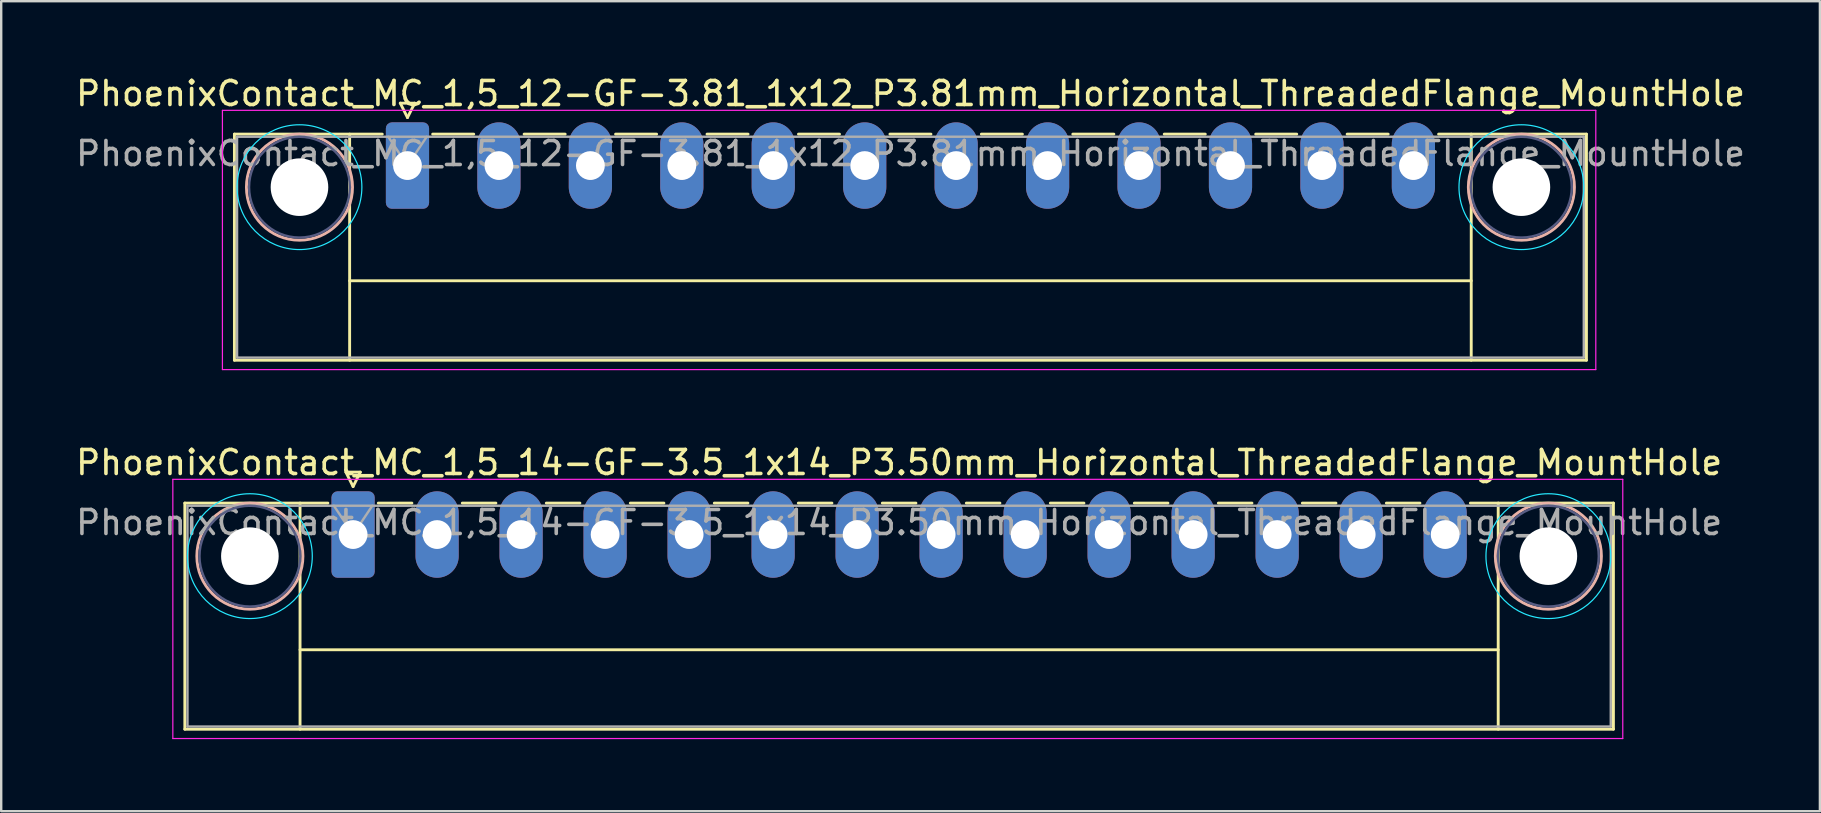
<source format=kicad_pcb>
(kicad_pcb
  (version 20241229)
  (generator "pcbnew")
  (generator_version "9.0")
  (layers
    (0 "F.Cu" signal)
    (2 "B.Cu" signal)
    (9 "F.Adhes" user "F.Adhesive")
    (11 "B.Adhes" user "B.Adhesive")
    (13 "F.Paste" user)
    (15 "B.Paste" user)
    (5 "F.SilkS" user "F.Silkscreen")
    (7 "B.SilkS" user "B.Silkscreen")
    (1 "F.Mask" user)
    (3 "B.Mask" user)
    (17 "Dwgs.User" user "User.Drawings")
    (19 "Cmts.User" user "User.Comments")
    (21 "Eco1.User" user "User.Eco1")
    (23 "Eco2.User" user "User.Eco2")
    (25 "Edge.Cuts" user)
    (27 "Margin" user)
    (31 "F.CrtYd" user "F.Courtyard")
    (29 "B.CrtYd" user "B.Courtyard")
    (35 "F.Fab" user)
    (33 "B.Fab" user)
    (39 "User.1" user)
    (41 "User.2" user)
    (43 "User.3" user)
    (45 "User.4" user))
  (footprint "PhoenixContact_MC_1,5_12-GF-3.81_1x12_P3.81mm_Horizontal_ThreadedFlange_MountHole"
    (layer "F.Cu")
    (at 13.927 3.848)
    (property "Reference" "PhoenixContact_MC_1,5_12-GF-3.81_1x12_P3.81mm_Horizontal_ThreadedFlange_MountHole" (at 20.96 -3 0) (layer "F.SilkS") (effects (font (size 1 1) (thickness 0.15))))
    (attr through_hole)
    (fp_line (start -7.21 -1.31) (end -7.21 8.11) (stroke (width 0.12) (type solid)) (layer "F.SilkS"))
    (fp_line (start -7.21 -1.31) (end -1.05 -1.31) (stroke (width 0.12) (type solid)) (layer "F.SilkS"))
    (fp_line (start -7.21 8.11) (end 49.12 8.11) (stroke (width 0.12) (type solid)) (layer "F.SilkS"))
    (fp_line (start -2.41 -1.31) (end -2.41 8.11) (stroke (width 0.12) (type solid)) (layer "F.SilkS"))
    (fp_line (start -2.41 4.8) (end 44.32 4.8) (stroke (width 0.12) (type solid)) (layer "F.SilkS"))
    (fp_line (start -0.3 -2.6) (end 0.3 -2.6) (stroke (width 0.12) (type solid)) (layer "F.SilkS"))
    (fp_line (start 0 -2) (end -0.3 -2.6) (stroke (width 0.12) (type solid)) (layer "F.SilkS"))
    (fp_line (start 0.3 -2.6) (end 0 -2) (stroke (width 0.12) (type solid)) (layer "F.SilkS"))
    (fp_line (start 1.05 -1.31) (end 2.76 -1.31) (stroke (width 0.12) (type solid)) (layer "F.SilkS"))
    (fp_line (start 4.86 -1.31) (end 6.57 -1.31) (stroke (width 0.12) (type solid)) (layer "F.SilkS"))
    (fp_line (start 8.67 -1.31) (end 10.38 -1.31) (stroke (width 0.12) (type solid)) (layer "F.SilkS"))
    (fp_line (start 12.48 -1.31) (end 14.19 -1.31) (stroke (width 0.12) (type solid)) (layer "F.SilkS"))
    (fp_line (start 16.29 -1.31) (end 18 -1.31) (stroke (width 0.12) (type solid)) (layer "F.SilkS"))
    (fp_line (start 20.1 -1.31) (end 21.81 -1.31) (stroke (width 0.12) (type solid)) (layer "F.SilkS"))
    (fp_line (start 23.91 -1.31) (end 25.62 -1.31) (stroke (width 0.12) (type solid)) (layer "F.SilkS"))
    (fp_line (start 27.72 -1.31) (end 29.43 -1.31) (stroke (width 0.12) (type solid)) (layer "F.SilkS"))
    (fp_line (start 31.53 -1.31) (end 33.24 -1.31) (stroke (width 0.12) (type solid)) (layer "F.SilkS"))
    (fp_line (start 35.34 -1.31) (end 37.05 -1.31) (stroke (width 0.12) (type solid)) (layer "F.SilkS"))
    (fp_line (start 39.15 -1.31) (end 40.86 -1.31) (stroke (width 0.12) (type solid)) (layer "F.SilkS"))
    (fp_line (start 44.32 -1.31) (end 44.32 8.11) (stroke (width 0.12) (type solid)) (layer "F.SilkS"))
    (fp_line (start 49.12 -1.31) (end 42.96 -1.31) (stroke (width 0.12) (type solid)) (layer "F.SilkS"))
    (fp_line (start 49.12 8.11) (end 49.12 -1.31) (stroke (width 0.12) (type solid)) (layer "F.SilkS"))
    (fp_circle (center -4.5 0.9) (end -2.29 0.9) (stroke (width 0.12) (type solid)) (fill no) (layer "B.SilkS"))
    (fp_circle (center 46.41 0.9) (end 48.62 0.9) (stroke (width 0.12) (type solid)) (fill no) (layer "B.SilkS"))
    (fp_circle (center -4.5 0.9) (end -1.9 0.9) (stroke (width 0.05) (type solid)) (fill no) (layer "B.CrtYd"))
    (fp_circle (center 46.41 0.9) (end 49.01 0.9) (stroke (width 0.05) (type solid)) (fill no) (layer "B.CrtYd"))
    (fp_line (start -7.71 -2.3) (end -7.71 8.5) (stroke (width 0.05) (type solid)) (layer "F.CrtYd"))
    (fp_line (start -7.71 8.5) (end 49.51 8.5) (stroke (width 0.05) (type solid)) (layer "F.CrtYd"))
    (fp_line (start 49.51 -2.3) (end -7.71 -2.3) (stroke (width 0.05) (type solid)) (layer "F.CrtYd"))
    (fp_line (start 49.51 8.5) (end 49.51 -2.3) (stroke (width 0.05) (type solid)) (layer "F.CrtYd"))
    (fp_circle (center -4.5 0.9) (end -2.4 0.9) (stroke (width 0.1) (type solid)) (fill no) (layer "B.Fab"))
    (fp_circle (center 46.41 0.9) (end 48.51 0.9) (stroke (width 0.1) (type solid)) (fill no) (layer "B.Fab"))
    (fp_line (start -7.1 -1.2) (end -7.1 8) (stroke (width 0.1) (type solid)) (layer "F.Fab"))
    (fp_line (start -7.1 8) (end 49.01 8) (stroke (width 0.1) (type solid)) (layer "F.Fab"))
    (fp_line (start 0 0) (end -0.8 -1.2) (stroke (width 0.1) (type solid)) (layer "F.Fab"))
    (fp_line (start 0.8 -1.2) (end 0 0) (stroke (width 0.1) (type solid)) (layer "F.Fab"))
    (fp_line (start 49.01 -1.2) (end -7.1 -1.2) (stroke (width 0.1) (type solid)) (layer "F.Fab"))
    (fp_line (start 49.01 8) (end 49.01 -1.2) (stroke (width 0.1) (type solid)) (layer "F.Fab"))
    (fp_text user "${REFERENCE}" (at 20.96 -0.5 0) (layer "F.Fab") (effects (font (size 1 1) (thickness 0.15))))
    (pad "" np_thru_hole circle (at -4.5 0.9) (size 2.4 2.4) (drill 2.4) (layers "*.Cu" "*.Mask"))
    (pad "" np_thru_hole circle (at 46.41 0.9) (size 2.4 2.4) (drill 2.4) (layers "*.Cu" "*.Mask"))
    (pad "1" thru_hole roundrect (at 0 0) (size 1.8 3.6) (drill 1.2) (layers "*.Cu" "*.Mask") (roundrect_rratio 0.139))
    (pad "2" thru_hole oval (at 3.81 0) (size 1.8 3.6) (drill 1.2) (layers "*.Cu" "*.Mask"))
    (pad "3" thru_hole oval (at 7.62 0) (size 1.8 3.6) (drill 1.2) (layers "*.Cu" "*.Mask"))
    (pad "4" thru_hole oval (at 11.43 0) (size 1.8 3.6) (drill 1.2) (layers "*.Cu" "*.Mask"))
    (pad "5" thru_hole oval (at 15.24 0) (size 1.8 3.6) (drill 1.2) (layers "*.Cu" "*.Mask"))
    (pad "6" thru_hole oval (at 19.05 0) (size 1.8 3.6) (drill 1.2) (layers "*.Cu" "*.Mask"))
    (pad "7" thru_hole oval (at 22.86 0) (size 1.8 3.6) (drill 1.2) (layers "*.Cu" "*.Mask"))
    (pad "8" thru_hole oval (at 26.67 0) (size 1.8 3.6) (drill 1.2) (layers "*.Cu" "*.Mask"))
    (pad "9" thru_hole oval (at 30.48 0) (size 1.8 3.6) (drill 1.2) (layers "*.Cu" "*.Mask"))
    (pad "10" thru_hole oval (at 34.29 0) (size 1.8 3.6) (drill 1.2) (layers "*.Cu" "*.Mask"))
    (pad "11" thru_hole oval (at 38.1 0) (size 1.8 3.6) (drill 1.2) (layers "*.Cu" "*.Mask"))
    (pad "12" thru_hole oval (at 41.91 0) (size 1.8 3.6) (drill 1.2) (layers "*.Cu" "*.Mask")))
  (footprint "PhoenixContact_MC_1,5_14-GF-3.5_1x14_P3.50mm_Horizontal_ThreadedFlange_MountHole"
    (layer "F.Cu")
    (at 11.661 19.221)
    (property "Reference" "PhoenixContact_MC_1,5_14-GF-3.5_1x14_P3.50mm_Horizontal_ThreadedFlange_MountHole" (at 22.75 -3 0) (layer "F.SilkS") (effects (font (size 1 1) (thickness 0.15))))
    (attr through_hole)
    (fp_line (start -7.01 -1.31) (end -7.01 8.11) (stroke (width 0.12) (type solid)) (layer "F.SilkS"))
    (fp_line (start -7.01 -1.31) (end -1.05 -1.31) (stroke (width 0.12) (type solid)) (layer "F.SilkS"))
    (fp_line (start -7.01 8.11) (end 52.51 8.11) (stroke (width 0.12) (type solid)) (layer "F.SilkS"))
    (fp_line (start -2.21 -1.31) (end -2.21 8.11) (stroke (width 0.12) (type solid)) (layer "F.SilkS"))
    (fp_line (start -2.21 4.8) (end 47.71 4.8) (stroke (width 0.12) (type solid)) (layer "F.SilkS"))
    (fp_line (start -0.3 -2.6) (end 0.3 -2.6) (stroke (width 0.12) (type solid)) (layer "F.SilkS"))
    (fp_line (start 0 -2) (end -0.3 -2.6) (stroke (width 0.12) (type solid)) (layer "F.SilkS"))
    (fp_line (start 0.3 -2.6) (end 0 -2) (stroke (width 0.12) (type solid)) (layer "F.SilkS"))
    (fp_line (start 1.05 -1.31) (end 2.45 -1.31) (stroke (width 0.12) (type solid)) (layer "F.SilkS"))
    (fp_line (start 4.55 -1.31) (end 5.95 -1.31) (stroke (width 0.12) (type solid)) (layer "F.SilkS"))
    (fp_line (start 8.05 -1.31) (end 9.45 -1.31) (stroke (width 0.12) (type solid)) (layer "F.SilkS"))
    (fp_line (start 11.55 -1.31) (end 12.95 -1.31) (stroke (width 0.12) (type solid)) (layer "F.SilkS"))
    (fp_line (start 15.05 -1.31) (end 16.45 -1.31) (stroke (width 0.12) (type solid)) (layer "F.SilkS"))
    (fp_line (start 18.55 -1.31) (end 19.95 -1.31) (stroke (width 0.12) (type solid)) (layer "F.SilkS"))
    (fp_line (start 22.05 -1.31) (end 23.45 -1.31) (stroke (width 0.12) (type solid)) (layer "F.SilkS"))
    (fp_line (start 25.55 -1.31) (end 26.95 -1.31) (stroke (width 0.12) (type solid)) (layer "F.SilkS"))
    (fp_line (start 29.05 -1.31) (end 30.45 -1.31) (stroke (width 0.12) (type solid)) (layer "F.SilkS"))
    (fp_line (start 32.55 -1.31) (end 33.95 -1.31) (stroke (width 0.12) (type solid)) (layer "F.SilkS"))
    (fp_line (start 36.05 -1.31) (end 37.45 -1.31) (stroke (width 0.12) (type solid)) (layer "F.SilkS"))
    (fp_line (start 39.55 -1.31) (end 40.95 -1.31) (stroke (width 0.12) (type solid)) (layer "F.SilkS"))
    (fp_line (start 43.05 -1.31) (end 44.45 -1.31) (stroke (width 0.12) (type solid)) (layer "F.SilkS"))
    (fp_line (start 47.71 -1.31) (end 47.71 8.11) (stroke (width 0.12) (type solid)) (layer "F.SilkS"))
    (fp_line (start 52.51 -1.31) (end 46.55 -1.31) (stroke (width 0.12) (type solid)) (layer "F.SilkS"))
    (fp_line (start 52.51 8.11) (end 52.51 -1.31) (stroke (width 0.12) (type solid)) (layer "F.SilkS"))
    (fp_circle (center -4.3 0.9) (end -2.09 0.9) (stroke (width 0.12) (type solid)) (fill no) (layer "B.SilkS"))
    (fp_circle (center 49.8 0.9) (end 52.01 0.9) (stroke (width 0.12) (type solid)) (fill no) (layer "B.SilkS"))
    (fp_circle (center -4.3 0.9) (end -1.7 0.9) (stroke (width 0.05) (type solid)) (fill no) (layer "B.CrtYd"))
    (fp_circle (center 49.8 0.9) (end 52.4 0.9) (stroke (width 0.05) (type solid)) (fill no) (layer "B.CrtYd"))
    (fp_line (start -7.51 -2.3) (end -7.51 8.5) (stroke (width 0.05) (type solid)) (layer "F.CrtYd"))
    (fp_line (start -7.51 8.5) (end 52.9 8.5) (stroke (width 0.05) (type solid)) (layer "F.CrtYd"))
    (fp_line (start 52.9 -2.3) (end -7.51 -2.3) (stroke (width 0.05) (type solid)) (layer "F.CrtYd"))
    (fp_line (start 52.9 8.5) (end 52.9 -2.3) (stroke (width 0.05) (type solid)) (layer "F.CrtYd"))
    (fp_circle (center -4.3 0.9) (end -2.2 0.9) (stroke (width 0.1) (type solid)) (fill no) (layer "B.Fab"))
    (fp_circle (center 49.8 0.9) (end 51.9 0.9) (stroke (width 0.1) (type solid)) (fill no) (layer "B.Fab"))
    (fp_line (start -6.9 -1.2) (end -6.9 8) (stroke (width 0.1) (type solid)) (layer "F.Fab"))
    (fp_line (start -6.9 8) (end 52.4 8) (stroke (width 0.1) (type solid)) (layer "F.Fab"))
    (fp_line (start 0 0) (end -0.8 -1.2) (stroke (width 0.1) (type solid)) (layer "F.Fab"))
    (fp_line (start 0.8 -1.2) (end 0 0) (stroke (width 0.1) (type solid)) (layer "F.Fab"))
    (fp_line (start 52.4 -1.2) (end -6.9 -1.2) (stroke (width 0.1) (type solid)) (layer "F.Fab"))
    (fp_line (start 52.4 8) (end 52.4 -1.2) (stroke (width 0.1) (type solid)) (layer "F.Fab"))
    (fp_text user "${REFERENCE}" (at 22.75 -0.5 0) (layer "F.Fab") (effects (font (size 1 1) (thickness 0.15))))
    (pad "" np_thru_hole circle (at -4.3 0.9) (size 2.4 2.4) (drill 2.4) (layers "*.Cu" "*.Mask"))
    (pad "" np_thru_hole circle (at 49.8 0.9) (size 2.4 2.4) (drill 2.4) (layers "*.Cu" "*.Mask"))
    (pad "1" thru_hole roundrect (at 0 0) (size 1.8 3.6) (drill 1.2) (layers "*.Cu" "*.Mask") (roundrect_rratio 0.139))
    (pad "2" thru_hole oval (at 3.5 0) (size 1.8 3.6) (drill 1.2) (layers "*.Cu" "*.Mask"))
    (pad "3" thru_hole oval (at 7 0) (size 1.8 3.6) (drill 1.2) (layers "*.Cu" "*.Mask"))
    (pad "4" thru_hole oval (at 10.5 0) (size 1.8 3.6) (drill 1.2) (layers "*.Cu" "*.Mask"))
    (pad "5" thru_hole oval (at 14 0) (size 1.8 3.6) (drill 1.2) (layers "*.Cu" "*.Mask"))
    (pad "6" thru_hole oval (at 17.5 0) (size 1.8 3.6) (drill 1.2) (layers "*.Cu" "*.Mask"))
    (pad "7" thru_hole oval (at 21 0) (size 1.8 3.6) (drill 1.2) (layers "*.Cu" "*.Mask"))
    (pad "8" thru_hole oval (at 24.5 0) (size 1.8 3.6) (drill 1.2) (layers "*.Cu" "*.Mask"))
    (pad "9" thru_hole oval (at 28 0) (size 1.8 3.6) (drill 1.2) (layers "*.Cu" "*.Mask"))
    (pad "10" thru_hole oval (at 31.5 0) (size 1.8 3.6) (drill 1.2) (layers "*.Cu" "*.Mask"))
    (pad "11" thru_hole oval (at 35 0) (size 1.8 3.6) (drill 1.2) (layers "*.Cu" "*.Mask"))
    (pad "12" thru_hole oval (at 38.5 0) (size 1.8 3.6) (drill 1.2) (layers "*.Cu" "*.Mask"))
    (pad "13" thru_hole oval (at 42 0) (size 1.8 3.6) (drill 1.2) (layers "*.Cu" "*.Mask"))
    (pad "14" thru_hole oval (at 45.5 0) (size 1.8 3.6) (drill 1.2) (layers "*.Cu" "*.Mask")))
  (gr_rect
    (start -3 -3)
    (end 72.774 30.747)
    (stroke (width 0.1) (type default))
    (fill no)
    (layer "Edge.Cuts")))
</source>
